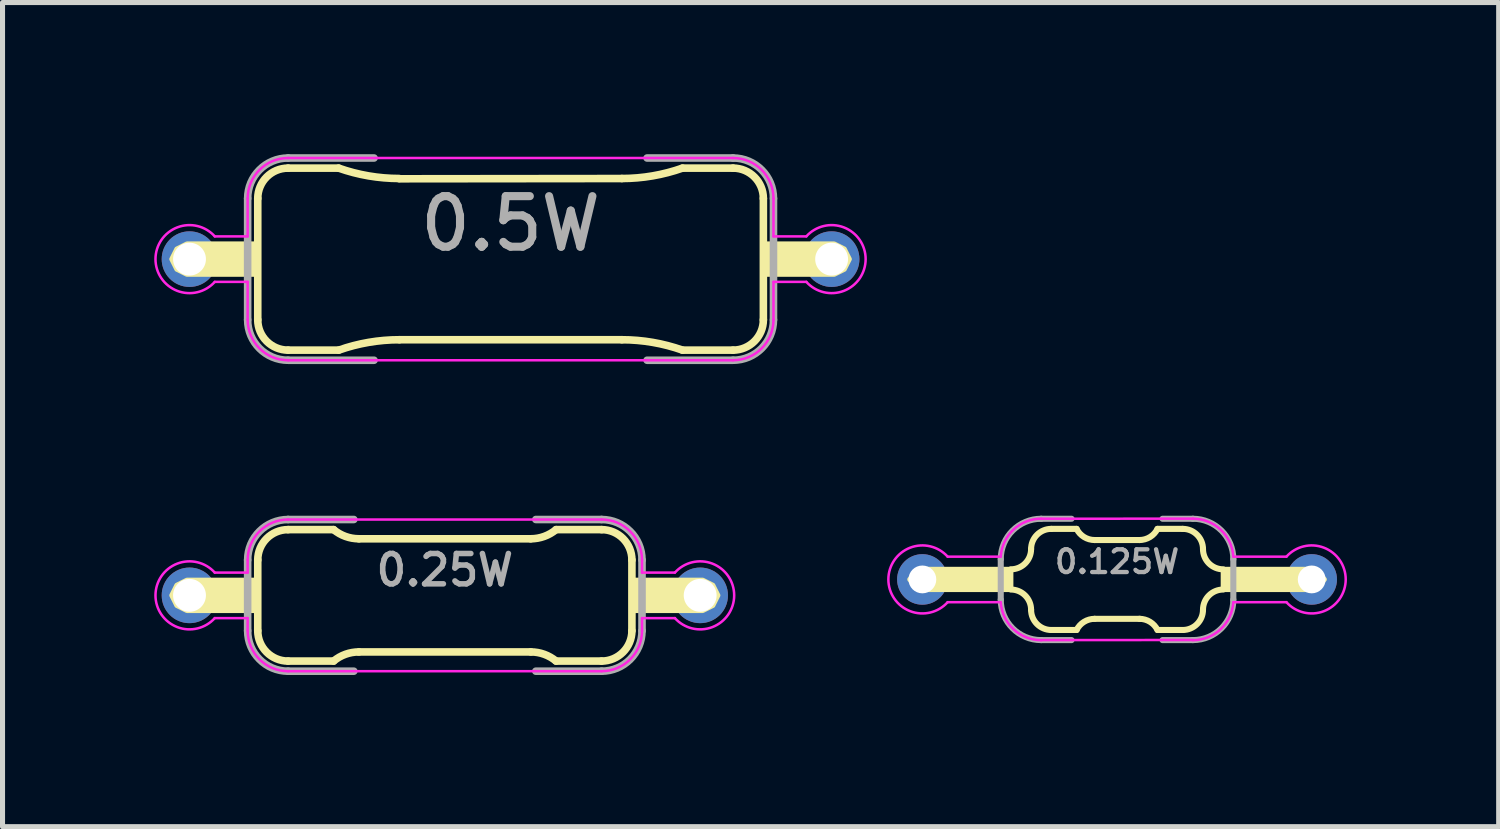
<source format=kicad_pcb>
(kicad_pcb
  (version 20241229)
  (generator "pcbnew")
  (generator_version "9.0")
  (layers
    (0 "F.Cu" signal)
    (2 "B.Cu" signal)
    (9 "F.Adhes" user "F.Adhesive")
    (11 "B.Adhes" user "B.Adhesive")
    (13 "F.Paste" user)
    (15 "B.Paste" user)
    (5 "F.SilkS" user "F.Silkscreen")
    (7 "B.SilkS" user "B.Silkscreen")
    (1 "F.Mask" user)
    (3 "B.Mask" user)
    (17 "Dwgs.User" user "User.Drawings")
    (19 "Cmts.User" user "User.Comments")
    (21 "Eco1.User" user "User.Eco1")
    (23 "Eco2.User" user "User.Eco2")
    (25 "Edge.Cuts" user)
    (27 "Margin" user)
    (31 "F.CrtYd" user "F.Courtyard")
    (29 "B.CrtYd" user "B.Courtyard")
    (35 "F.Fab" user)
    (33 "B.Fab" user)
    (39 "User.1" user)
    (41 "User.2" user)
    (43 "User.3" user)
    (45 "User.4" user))
  (footprint "0.125W"
    (layer "F.Cu")
    (at 19.043 8.41)
    (property "Reference" "0.125W" (at 0 -0.35 0) (layer "F.Fab") (effects (font (size 0.45 0.45) (thickness 0.085))))
    (attr through_hole)
    (fp_line (start -0.8 -1) (end -1.3 -1) (stroke (width 0.12) (type solid)) (layer "F.SilkS"))
    (fp_line (start -0.8 1) (end -1.3 1) (stroke (width 0.12) (type solid)) (layer "F.SilkS"))
    (fp_line (start -0.442 -0.779) (end 0.45 -0.779) (stroke (width 0.12) (type solid)) (layer "F.SilkS"))
    (fp_line (start -0.442 0.779) (end 0.45 0.779) (stroke (width 0.12) (type solid)) (layer "F.SilkS"))
    (fp_line (start 0.8 -1) (end 1.3 -1) (stroke (width 0.12) (type solid)) (layer "F.SilkS"))
    (fp_line (start 0.8 1) (end 1.3 1) (stroke (width 0.12) (type solid)) (layer "F.SilkS"))
    (fp_arc (start -2.1 0.2) (mid -1.817157 0.317157) (end -1.7 0.6) (stroke (width 0.12) (type solid)) (layer "F.SilkS"))
    (fp_arc (start -1.7 -0.6) (mid -1.817157 -0.317157) (end -2.1 -0.2) (stroke (width 0.12) (type solid)) (layer "F.SilkS"))
    (fp_arc (start -1.7 -0.6) (mid -1.582843 -0.882843) (end -1.3 -1) (stroke (width 0.12) (type solid)) (layer "F.SilkS"))
    (fp_arc (start -1.3 1) (mid -1.582843 0.882843) (end -1.7 0.6) (stroke (width 0.12) (type solid)) (layer "F.SilkS"))
    (fp_arc (start -0.8 1) (mid -0.652527 0.838779) (end -0.442338 0.779104) (stroke (width 0.12) (type solid)) (layer "F.SilkS"))
    (fp_arc (start -0.442338 -0.779104) (mid -0.652527 -0.83878) (end -0.8 -1) (stroke (width 0.12) (type solid)) (layer "F.SilkS"))
    (fp_arc (start 0.442338 0.779104) (mid 0.652527 0.83878) (end 0.8 1) (stroke (width 0.12) (type solid)) (layer "F.SilkS"))
    (fp_arc (start 0.8 -1) (mid 0.652527 -0.838779) (end 0.442338 -0.779104) (stroke (width 0.12) (type solid)) (layer "F.SilkS"))
    (fp_arc (start 1.3 -1) (mid 1.582843 -0.882843) (end 1.7 -0.6) (stroke (width 0.12) (type solid)) (layer "F.SilkS"))
    (fp_arc (start 1.7 0.6) (mid 1.582843 0.882843) (end 1.3 1) (stroke (width 0.12) (type solid)) (layer "F.SilkS"))
    (fp_arc (start 1.7 0.6) (mid 1.817157 0.317157) (end 2.1 0.2) (stroke (width 0.12) (type solid)) (layer "F.SilkS"))
    (fp_arc (start 2.1 -0.2) (mid 1.817157 -0.317157) (end 1.7 -0.6) (stroke (width 0.12) (type solid)) (layer "F.SilkS"))
    (fp_poly (pts (xy -2.1 0.2) (xy -3.9 0.2) (xy -4.1 0) (xy -3.9 -0.2) (xy -2.1 -0.2)) (stroke (width 0.1) (type solid)) (fill yes) (layer "F.SilkS"))
    (fp_poly (pts (xy 2.1 -0.2) (xy 3.9 -0.2) (xy 4.1 0) (xy 3.9 0.2) (xy 2.1 0.2)) (stroke (width 0.1) (type solid)) (fill yes) (layer "F.SilkS"))
    (fp_line (start -3.35 -0.45) (end -2.3 -0.45) (stroke (width 0.05) (type solid)) (layer "F.CrtYd"))
    (fp_line (start -3.35 0.45) (end -2.3 0.45) (stroke (width 0.05) (type solid)) (layer "F.CrtYd"))
    (fp_line (start 1.5 -1.202) (end -1.5 -1.2) (stroke (width 0.05) (type solid)) (layer "F.CrtYd"))
    (fp_line (start 1.5 1.198) (end -1.5 1.2) (stroke (width 0.05) (type solid)) (layer "F.CrtYd"))
    (fp_line (start 3.35 -0.45) (end 2.3 -0.45) (stroke (width 0.05) (type solid)) (layer "F.CrtYd"))
    (fp_line (start 3.35 0.45) (end 2.3 0.45) (stroke (width 0.05) (type solid)) (layer "F.CrtYd"))
    (fp_arc (start -3.350202 0.450222) (mid -4.52268 -0.00015) (end -3.350001 -0.449999) (stroke (width 0.05) (type solid)) (layer "F.CrtYd"))
    (fp_arc (start -2.3 -0.45) (mid -2.048948 -0.984086) (end -1.500331 -1.201561) (stroke (width 0.05) (type solid)) (layer "F.CrtYd"))
    (fp_arc (start -1.5 1.201561) (mid -2.048827 0.984199) (end -2.3 0.45) (stroke (width 0.05) (type solid)) (layer "F.CrtYd"))
    (fp_arc (start 1.5 -1.201561) (mid 2.048827 -0.984199) (end 2.3 -0.45) (stroke (width 0.05) (type solid)) (layer "F.CrtYd"))
    (fp_arc (start 2.3 0.45) (mid 2.048948 0.984086) (end 1.500331 1.201561) (stroke (width 0.05) (type solid)) (layer "F.CrtYd"))
    (fp_arc (start 3.350202 -0.450222) (mid 4.52268 0.00015) (end 3.350001 0.449999) (stroke (width 0.05) (type solid)) (layer "F.CrtYd"))
    (fp_line (start -2.3 0.4) (end -2.3 -0.4) (stroke (width 0.12) (type solid)) (layer "F.Fab"))
    (fp_line (start -1.5 -1.2) (end -0.9 -1.2) (stroke (width 0.12) (type solid)) (layer "F.Fab"))
    (fp_line (start -1.5 1.2) (end -0.9 1.2) (stroke (width 0.12) (type solid)) (layer "F.Fab"))
    (fp_line (start 1.5 -1.2) (end 0.9 -1.2) (stroke (width 0.12) (type solid)) (layer "F.Fab"))
    (fp_line (start 1.5 1.2) (end 0.9 1.2) (stroke (width 0.12) (type solid)) (layer "F.Fab"))
    (fp_line (start 2.3 -0.4) (end 2.3 0.4) (stroke (width 0.12) (type solid)) (layer "F.Fab"))
    (fp_arc (start -2.3 -0.4) (mid -2.065685 -0.965685) (end -1.5 -1.2) (stroke (width 0.12) (type solid)) (layer "F.Fab"))
    (fp_arc (start -1.5 1.2) (mid -2.065685 0.965685) (end -2.3 0.4) (stroke (width 0.12) (type solid)) (layer "F.Fab"))
    (fp_arc (start 1.5 -1.2) (mid 2.065685 -0.965685) (end 2.3 -0.4) (stroke (width 0.12) (type solid)) (layer "F.Fab"))
    (fp_arc (start 2.3 0.4) (mid 2.065685 0.965685) (end 1.5 1.2) (stroke (width 0.12) (type solid)) (layer "F.Fab"))
    (pad "1" thru_hole circle (at -3.85 0) (size 1 1) (drill 0.55) (layers "*.Cu" "*.Mask"))
    (pad "2" thru_hole circle (at 3.85 0) (size 1 1) (drill 0.55) (layers "*.Cu" "*.Mask")))
  (footprint "0.5W"
    (layer "F.Cu")
    (at 7.048 2.075)
    (property "Reference" "0.5W" (at 0 -0.7 0) (layer "F.Fab") (effects (font (size 1 1) (thickness 0.16))))
    (attr through_hole)
    (fp_line (start -5 -1.2) (end -5 1.2) (stroke (width 0.15) (type solid)) (layer "F.SilkS"))
    (fp_line (start -4.4 -1.8) (end -3.4 -1.8) (stroke (width 0.15) (type solid)) (layer "F.SilkS"))
    (fp_line (start -4.4 1.8) (end -3.4 1.8) (stroke (width 0.15) (type solid)) (layer "F.SilkS"))
    (fp_line (start -2.2 1.594) (end 2.203 1.594) (stroke (width 0.15) (type solid)) (layer "F.SilkS"))
    (fp_line (start -2.2 -1.589) (end 2.203 -1.594) (stroke (width 0.15) (type solid)) (layer "F.SilkS"))
    (fp_line (start 4.4 -1.8) (end 3.4 -1.8) (stroke (width 0.15) (type solid)) (layer "F.SilkS"))
    (fp_line (start 4.4 1.8) (end 3.4 1.8) (stroke (width 0.15) (type solid)) (layer "F.SilkS"))
    (fp_line (start 5 1.2) (end 5 -1.2) (stroke (width 0.15) (type solid)) (layer "F.SilkS"))
    (fp_arc (start -5 -1.2) (mid -4.824264 -1.624264) (end -4.4 -1.8) (stroke (width 0.15) (type solid)) (layer "F.SilkS"))
    (fp_arc (start -4.4 1.8) (mid -4.824264 1.624264) (end -5 1.2) (stroke (width 0.15) (type solid)) (layer "F.SilkS"))
    (fp_arc (start -3.39748 1.8) (mid -2.807461 1.646421) (end -2.2 1.59445) (stroke (width 0.15) (type solid)) (layer "F.SilkS"))
    (fp_arc (start -2.202519 -1.594451) (mid -2.80998 -1.646422) (end -3.399999 -1.800001) (stroke (width 0.15) (type solid)) (layer "F.SilkS"))
    (fp_arc (start 2.202519 1.594451) (mid 2.80998 1.646422) (end 3.399999 1.800001) (stroke (width 0.15) (type solid)) (layer "F.SilkS"))
    (fp_arc (start 3.4 -1.8) (mid 2.809981 -1.646421) (end 2.20252 -1.59445) (stroke (width 0.15) (type solid)) (layer "F.SilkS"))
    (fp_arc (start 4.4 -1.8) (mid 4.824264 -1.624264) (end 5 -1.2) (stroke (width 0.15) (type solid)) (layer "F.SilkS"))
    (fp_arc (start 5 1.2) (mid 4.824264 1.624264) (end 4.4 1.8) (stroke (width 0.15) (type solid)) (layer "F.SilkS"))
    (fp_poly (pts (xy -5 0.3) (xy -6.4 0.3) (xy -6.6 0.2) (xy -6.7 0) (xy -6.6 -0.2) (xy -6.4 -0.3) (xy -5 -0.3)) (stroke (width 0.1) (type solid)) (fill yes) (layer "F.SilkS"))
    (fp_poly (pts (xy 5 -0.3) (xy 6.4 -0.3) (xy 6.6 -0.2) (xy 6.7 0) (xy 6.6 0.2) (xy 6.4 0.3) (xy 5 0.3)) (stroke (width 0.1) (type solid)) (fill yes) (layer "F.SilkS"))
    (fp_line (start -5.85 -0.45) (end -5.2 -0.45) (stroke (width 0.05) (type solid)) (layer "F.CrtYd"))
    (fp_line (start -5.85 0.45) (end -5.2 0.45) (stroke (width 0.05) (type solid)) (layer "F.CrtYd"))
    (fp_line (start -5.2 -1.2) (end -5.2 -0.45) (stroke (width 0.05) (type solid)) (layer "F.CrtYd"))
    (fp_line (start -5.2 0.45) (end -5.2 1.2) (stroke (width 0.05) (type solid)) (layer "F.CrtYd"))
    (fp_line (start -4.4 -2) (end 4.4 -2) (stroke (width 0.05) (type solid)) (layer "F.CrtYd"))
    (fp_line (start -4.4 2) (end 4.4 2) (stroke (width 0.05) (type solid)) (layer "F.CrtYd"))
    (fp_line (start 5.2 -1.2) (end 5.2 -0.45) (stroke (width 0.05) (type solid)) (layer "F.CrtYd"))
    (fp_line (start 5.2 -0.45) (end 5.85 -0.45) (stroke (width 0.05) (type solid)) (layer "F.CrtYd"))
    (fp_line (start 5.2 0.45) (end 5.2 1.2) (stroke (width 0.05) (type solid)) (layer "F.CrtYd"))
    (fp_line (start 5.2 0.45) (end 5.85 0.45) (stroke (width 0.05) (type solid)) (layer "F.CrtYd"))
    (fp_arc (start -5.850202 0.450222) (mid -7.02268 -0.00015) (end -5.850001 -0.449999) (stroke (width 0.05) (type solid)) (layer "F.CrtYd"))
    (fp_arc (start -5.2 -1.2) (mid -4.965685 -1.765685) (end -4.4 -2) (stroke (width 0.05) (type solid)) (layer "F.CrtYd"))
    (fp_arc (start -4.4 2) (mid -4.965685 1.765685) (end -5.2 1.2) (stroke (width 0.05) (type solid)) (layer "F.CrtYd"))
    (fp_arc (start 4.4 -2) (mid 4.965685 -1.765685) (end 5.2 -1.2) (stroke (width 0.05) (type solid)) (layer "F.CrtYd"))
    (fp_arc (start 5.2 1.2) (mid 4.965685 1.765685) (end 4.4 2) (stroke (width 0.05) (type solid)) (layer "F.CrtYd"))
    (fp_arc (start 5.850202 -0.450222) (mid 7.02268 0.00015) (end 5.850001 0.449999) (stroke (width 0.05) (type solid)) (layer "F.CrtYd"))
    (fp_line (start -5.2 -1.2) (end -5.2 1.2) (stroke (width 0.15) (type solid)) (layer "F.Fab"))
    (fp_line (start -4.4 -2) (end -2.7 -2) (stroke (width 0.15) (type solid)) (layer "F.Fab"))
    (fp_line (start -4.4 2) (end -2.7 2) (stroke (width 0.15) (type solid)) (layer "F.Fab"))
    (fp_line (start 2.7 -2) (end 4.4 -2) (stroke (width 0.15) (type solid)) (layer "F.Fab"))
    (fp_line (start 2.7 2) (end 4.4 2) (stroke (width 0.15) (type solid)) (layer "F.Fab"))
    (fp_line (start 5.2 -1.2) (end 5.2 1.2) (stroke (width 0.15) (type solid)) (layer "F.Fab"))
    (fp_arc (start -5.2 -1.2) (mid -4.965685 -1.765685) (end -4.4 -2) (stroke (width 0.15) (type solid)) (layer "F.Fab"))
    (fp_arc (start -4.4 2) (mid -4.965685 1.765685) (end -5.2 1.2) (stroke (width 0.15) (type solid)) (layer "F.Fab"))
    (fp_arc (start 4.4 -2) (mid 4.965685 -1.765685) (end 5.2 -1.2) (stroke (width 0.15) (type solid)) (layer "F.Fab"))
    (fp_arc (start 5.2 1.2) (mid 4.965685 1.765685) (end 4.4 2) (stroke (width 0.15) (type solid)) (layer "F.Fab"))
    (pad "1" thru_hole circle (at -6.35 0) (size 1.1 1.1) (drill 0.65) (layers "*.Cu" "*.Mask"))
    (pad "2" thru_hole circle (at 6.35 0) (size 1.1 1.1) (drill 0.65) (layers "*.Cu" "*.Mask")))
  (footprint "0.25W"
    (layer "F.Cu")
    (at 5.748 8.725)
    (property "Reference" "0.25W" (at 0 -0.5 0) (layer "F.Fab") (effects (font (size 0.6 0.6) (thickness 0.11))))
    (attr through_hole)
    (fp_line (start -3.7 -0.7) (end -3.7 0.7) (stroke (width 0.15) (type solid)) (layer "F.SilkS"))
    (fp_line (start -3.1 -1.3) (end -2.2 -1.3) (stroke (width 0.15) (type solid)) (layer "F.SilkS"))
    (fp_line (start -2.2 1.3) (end -3.1 1.3) (stroke (width 0.15) (type solid)) (layer "F.SilkS"))
    (fp_line (start -1.7 -1.119) (end 1.7 -1.119) (stroke (width 0.15) (type solid)) (layer "F.SilkS"))
    (fp_line (start 1.7 1.119) (end -1.7 1.119) (stroke (width 0.15) (type solid)) (layer "F.SilkS"))
    (fp_line (start 2.2 -1.3) (end 3.1 -1.3) (stroke (width 0.15) (type solid)) (layer "F.SilkS"))
    (fp_line (start 3.1 1.3) (end 2.2 1.3) (stroke (width 0.15) (type solid)) (layer "F.SilkS"))
    (fp_line (start 3.7 0.7) (end 3.7 -0.7) (stroke (width 0.15) (type solid)) (layer "F.SilkS"))
    (fp_arc (start -3.7 -0.7) (mid -3.524264 -1.124264) (end -3.1 -1.3) (stroke (width 0.15) (type solid)) (layer "F.SilkS"))
    (fp_arc (start -3.1 1.3) (mid -3.524264 1.124264) (end -3.7 0.7) (stroke (width 0.15) (type solid)) (layer "F.SilkS"))
    (fp_arc (start -2.2 1.3) (mid -1.965917 1.165638) (end -1.700077 1.118975) (stroke (width 0.15) (type solid)) (layer "F.SilkS"))
    (fp_arc (start -1.700076 -1.118976) (mid -1.965916 -1.165638) (end -2.199999 -1.300001) (stroke (width 0.15) (type solid)) (layer "F.SilkS"))
    (fp_arc (start 1.700075 1.118975) (mid 1.965915 1.165637) (end 2.199998 1.3) (stroke (width 0.15) (type solid)) (layer "F.SilkS"))
    (fp_arc (start 2.199999 -1.300001) (mid 1.965916 -1.165639) (end 1.700076 -1.118976) (stroke (width 0.15) (type solid)) (layer "F.SilkS"))
    (fp_arc (start 3.1 -1.3) (mid 3.524264 -1.124264) (end 3.7 -0.7) (stroke (width 0.15) (type solid)) (layer "F.SilkS"))
    (fp_arc (start 3.7 0.7) (mid 3.524264 1.124264) (end 3.1 1.3) (stroke (width 0.15) (type solid)) (layer "F.SilkS"))
    (fp_poly (pts (xy -3.7 0.3) (xy -5.1 0.3) (xy -5.3 0.2) (xy -5.4 0) (xy -5.3 -0.2) (xy -5.1 -0.3) (xy -3.7 -0.3)) (stroke (width 0.1) (type solid)) (fill yes) (layer "F.SilkS"))
    (fp_poly (pts (xy 3.7 -0.3) (xy 5.1 -0.3) (xy 5.3 -0.2) (xy 5.4 0) (xy 5.3 0.2) (xy 5.1 0.3) (xy 3.7 0.3)) (stroke (width 0.1) (type solid)) (fill yes) (layer "F.SilkS"))
    (fp_line (start -4.55 -0.45) (end -3.9 -0.45) (stroke (width 0.05) (type solid)) (layer "F.CrtYd"))
    (fp_line (start -4.55 0.45) (end -3.9 0.45) (stroke (width 0.05) (type solid)) (layer "F.CrtYd"))
    (fp_line (start -3.9 -0.7) (end -3.9 -0.45) (stroke (width 0.05) (type solid)) (layer "F.CrtYd"))
    (fp_line (start -3.9 0.45) (end -3.9 0.7) (stroke (width 0.05) (type solid)) (layer "F.CrtYd"))
    (fp_line (start -3.1 -1.5) (end 3.1 -1.5) (stroke (width 0.05) (type solid)) (layer "F.CrtYd"))
    (fp_line (start -3.1 1.5) (end 3.1 1.5) (stroke (width 0.05) (type solid)) (layer "F.CrtYd"))
    (fp_line (start 3.9 -0.7) (end 3.9 -0.45) (stroke (width 0.05) (type solid)) (layer "F.CrtYd"))
    (fp_line (start 3.9 -0.45) (end 4.55 -0.45) (stroke (width 0.05) (type solid)) (layer "F.CrtYd"))
    (fp_line (start 3.9 0.45) (end 3.9 0.7) (stroke (width 0.05) (type solid)) (layer "F.CrtYd"))
    (fp_line (start 3.9 0.45) (end 4.55 0.45) (stroke (width 0.05) (type solid)) (layer "F.CrtYd"))
    (fp_arc (start -4.550202 0.450222) (mid -5.72268 -0.00015) (end -4.550001 -0.449999) (stroke (width 0.05) (type solid)) (layer "F.CrtYd"))
    (fp_arc (start -3.9 -0.7) (mid -3.665685 -1.265685) (end -3.1 -1.5) (stroke (width 0.05) (type solid)) (layer "F.CrtYd"))
    (fp_arc (start -3.1 1.5) (mid -3.665685 1.265685) (end -3.9 0.7) (stroke (width 0.05) (type solid)) (layer "F.CrtYd"))
    (fp_arc (start 3.1 -1.5) (mid 3.665685 -1.265685) (end 3.9 -0.7) (stroke (width 0.05) (type solid)) (layer "F.CrtYd"))
    (fp_arc (start 3.9 0.7) (mid 3.665685 1.265685) (end 3.1 1.5) (stroke (width 0.05) (type solid)) (layer "F.CrtYd"))
    (fp_arc (start 4.550202 -0.450222) (mid 5.72268 0.00015) (end 4.550001 0.449999) (stroke (width 0.05) (type solid)) (layer "F.CrtYd"))
    (fp_line (start -3.9 -0.7) (end -3.9 0.7) (stroke (width 0.15) (type solid)) (layer "F.Fab"))
    (fp_line (start -3.1 -1.5) (end -1.8 -1.5) (stroke (width 0.15) (type solid)) (layer "F.Fab"))
    (fp_line (start -3.1 1.5) (end -1.8 1.5) (stroke (width 0.15) (type solid)) (layer "F.Fab"))
    (fp_line (start 3.1 -1.5) (end 1.8 -1.5) (stroke (width 0.15) (type solid)) (layer "F.Fab"))
    (fp_line (start 3.1 1.5) (end 1.8 1.5) (stroke (width 0.15) (type solid)) (layer "F.Fab"))
    (fp_line (start 3.9 0.7) (end 3.9 -0.7) (stroke (width 0.15) (type solid)) (layer "F.Fab"))
    (fp_arc (start -3.9 -0.7) (mid -3.665685 -1.265685) (end -3.1 -1.5) (stroke (width 0.15) (type solid)) (layer "F.Fab"))
    (fp_arc (start -3.1 1.5) (mid -3.665685 1.265685) (end -3.9 0.7) (stroke (width 0.15) (type solid)) (layer "F.Fab"))
    (fp_arc (start 3.1 -1.5) (mid 3.665685 -1.265685) (end 3.9 -0.7) (stroke (width 0.15) (type solid)) (layer "F.Fab"))
    (fp_arc (start 3.9 0.7) (mid 3.665685 1.265685) (end 3.1 1.5) (stroke (width 0.15) (type solid)) (layer "F.Fab"))
    (pad "1" thru_hole circle (at -5.05 0) (size 1.1 1.1) (drill 0.65) (layers "*.Cu" "*.Mask"))
    (pad "2" thru_hole circle (at 5.05 0) (size 1.1 1.1) (drill 0.65) (layers "*.Cu" "*.Mask")))
  (gr_rect
    (start -3 -3)
    (end 26.591 13.3)
    (stroke (width 0.1) (type default))
    (fill no)
    (layer "Edge.Cuts")))
</source>
